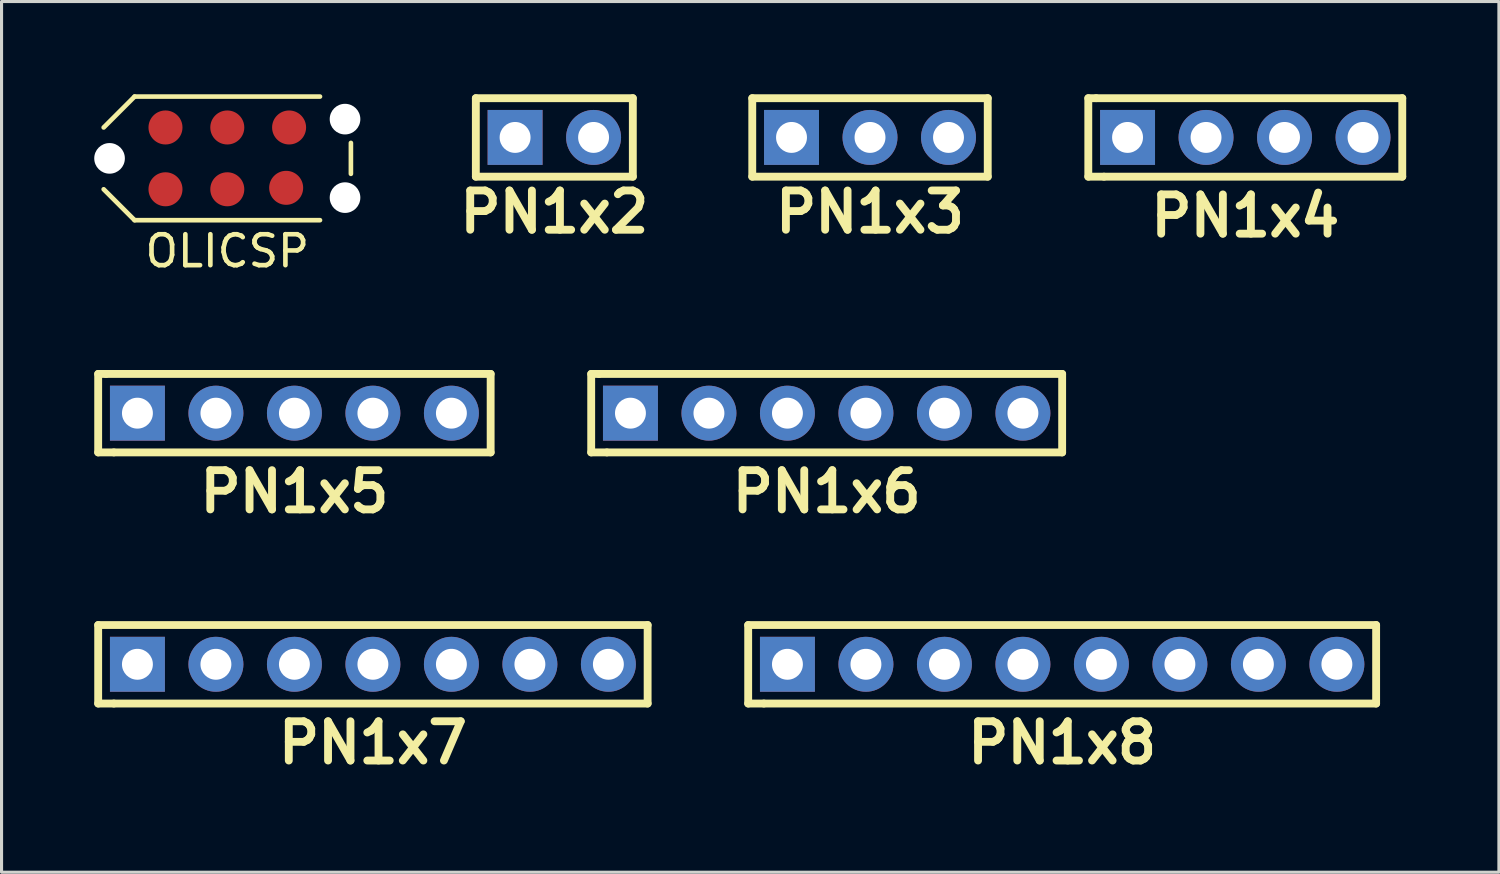
<source format=kicad_pcb>
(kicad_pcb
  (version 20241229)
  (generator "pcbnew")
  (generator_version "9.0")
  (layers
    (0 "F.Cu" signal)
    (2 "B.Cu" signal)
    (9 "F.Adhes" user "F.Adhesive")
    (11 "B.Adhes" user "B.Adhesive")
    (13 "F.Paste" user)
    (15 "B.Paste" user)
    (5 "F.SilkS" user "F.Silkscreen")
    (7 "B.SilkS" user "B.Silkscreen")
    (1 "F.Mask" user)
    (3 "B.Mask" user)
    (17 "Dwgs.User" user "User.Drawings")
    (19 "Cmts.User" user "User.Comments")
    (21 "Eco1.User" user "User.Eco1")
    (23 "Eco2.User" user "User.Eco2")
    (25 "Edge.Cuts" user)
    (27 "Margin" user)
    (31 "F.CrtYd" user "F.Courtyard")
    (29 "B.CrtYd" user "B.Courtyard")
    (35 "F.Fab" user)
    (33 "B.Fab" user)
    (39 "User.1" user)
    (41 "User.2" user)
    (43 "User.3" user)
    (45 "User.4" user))
  (footprint "PN1x2"
    (layer "F.Cu")
    (at 14.888 1.397)
    (property "Reference" "PN1x2" (at 0 2.413 0) (layer "F.SilkS") (effects (font (size 1.27 1.27) (thickness 0.254))))
    (attr smd)
    (fp_line (start -2.54 -1.27) (end -2.54 1.27) (stroke (width 0.254) (type solid)) (layer "F.SilkS"))
    (fp_line (start -2.54 -1.27) (end 2.54 -1.27) (stroke (width 0.254) (type solid)) (layer "F.SilkS"))
    (fp_line (start 2.54 -1.27) (end 2.54 1.27) (stroke (width 0.254) (type solid)) (layer "F.SilkS"))
    (fp_line (start 2.54 1.27) (end -2.54 1.27) (stroke (width 0.254) (type solid)) (layer "F.SilkS"))
    (pad "1" thru_hole rect (at -1.27 0) (size 1.778 1.778) (drill 1) (layers "*.Cu" "*.Mask"))
    (pad "2" thru_hole circle (at 1.27 0) (size 1.778 1.778) (drill 1) (layers "*.Cu" "*.Mask")))
  (footprint "PN1x6"
    (layer "F.Cu")
    (at 23.701 10.32)
    (property "Reference" "PN1x6" (at 0 2.54 0) (layer "F.SilkS") (effects (font (size 1.27 1.27) (thickness 0.254))))
    (attr smd)
    (fp_line (start -7.62 -1.27) (end -7.62 1.27) (stroke (width 0.254) (type solid)) (layer "F.SilkS"))
    (fp_line (start -7.62 -1.27) (end -7.366 -1.27) (stroke (width 0.254) (type solid)) (layer "F.SilkS"))
    (fp_line (start -7.366 -1.27) (end 7.62 -1.27) (stroke (width 0.254) (type solid)) (layer "F.SilkS"))
    (fp_line (start -7.112 1.27) (end -7.62 1.27) (stroke (width 0.254) (type solid)) (layer "F.SilkS"))
    (fp_line (start 7.62 -1.27) (end 7.62 1.27) (stroke (width 0.254) (type solid)) (layer "F.SilkS"))
    (fp_line (start 7.62 1.27) (end -7.112 1.27) (stroke (width 0.254) (type solid)) (layer "F.SilkS"))
    (pad "1" thru_hole rect (at -6.35 0) (size 1.778 1.778) (drill 1) (layers "*.Cu" "*.Mask"))
    (pad "2" thru_hole circle (at -3.81 0) (size 1.778 1.778) (drill 1) (layers "*.Cu" "*.Mask"))
    (pad "3" thru_hole circle (at -1.27 0) (size 1.778 1.778) (drill 1) (layers "*.Cu" "*.Mask"))
    (pad "4" thru_hole circle (at 1.27 0) (size 1.778 1.778) (drill 1) (layers "*.Cu" "*.Mask"))
    (pad "5" thru_hole circle (at 3.81 0) (size 1.778 1.778) (drill 1) (layers "*.Cu" "*.Mask"))
    (pad "6" thru_hole circle (at 6.35 0) (size 1.778 1.778) (drill 1) (layers "*.Cu" "*.Mask")))
  (footprint "PN1x3"
    (layer "F.Cu")
    (at 25.103 1.397)
    (property "Reference" "PN1x3" (at 0 2.413 0) (layer "F.SilkS") (effects (font (size 1.27 1.27) (thickness 0.254))))
    (attr smd)
    (fp_line (start -3.81 -1.27) (end -3.81 1.27) (stroke (width 0.254) (type solid)) (layer "F.SilkS"))
    (fp_line (start -3.81 -1.27) (end 3.81 -1.27) (stroke (width 0.254) (type solid)) (layer "F.SilkS"))
    (fp_line (start 3.81 -1.27) (end 3.81 1.27) (stroke (width 0.254) (type solid)) (layer "F.SilkS"))
    (fp_line (start 3.81 1.27) (end -3.81 1.27) (stroke (width 0.254) (type solid)) (layer "F.SilkS"))
    (pad "1" thru_hole rect (at -2.54 0) (size 1.778 1.778) (drill 1) (layers "*.Cu" "*.Mask"))
    (pad "2" thru_hole circle (at 0 0) (size 1.778 1.778) (drill 1) (layers "*.Cu" "*.Mask"))
    (pad "3" thru_hole circle (at 2.54 0) (size 1.778 1.778) (drill 1) (layers "*.Cu" "*.Mask")))
  (footprint "PN1x4"
    (layer "F.Cu")
    (at 37.247 1.397)
    (property "Reference" "PN1x4" (at 0 2.54 0) (layer "F.SilkS") (effects (font (size 1.27 1.27) (thickness 0.254))))
    (attr smd)
    (fp_line (start -5.08 -1.27) (end -5.08 1.27) (stroke (width 0.254) (type solid)) (layer "F.SilkS"))
    (fp_line (start -5.08 -1.27) (end -4.826 -1.27) (stroke (width 0.254) (type solid)) (layer "F.SilkS"))
    (fp_line (start -4.826 -1.27) (end 5.08 -1.27) (stroke (width 0.254) (type solid)) (layer "F.SilkS"))
    (fp_line (start -4.572 1.27) (end -5.08 1.27) (stroke (width 0.254) (type solid)) (layer "F.SilkS"))
    (fp_line (start 5.08 -1.27) (end 5.08 1.27) (stroke (width 0.254) (type solid)) (layer "F.SilkS"))
    (fp_line (start 5.08 1.27) (end -4.572 1.27) (stroke (width 0.254) (type solid)) (layer "F.SilkS"))
    (pad "1" thru_hole rect (at -3.81 0) (size 1.778 1.778) (drill 1) (layers "*.Cu" "*.Mask"))
    (pad "2" thru_hole circle (at -1.27 0) (size 1.778 1.778) (drill 1) (layers "*.Cu" "*.Mask"))
    (pad "3" thru_hole circle (at 1.27 0) (size 1.778 1.778) (drill 1) (layers "*.Cu" "*.Mask"))
    (pad "4" thru_hole circle (at 3.81 0) (size 1.778 1.778) (drill 1) (layers "*.Cu" "*.Mask")))
  (footprint "OLICSP"
    (layer "F.Cu")
    (at 4.305 2.075)
    (property "Reference" "OLICSP" (at 0 3 0) (layer "F.SilkS") (effects (font (size 1 1) (thickness 0.15))))
    (attr smd)
    (fp_line (start -4 1) (end -3 2) (stroke (width 0.15) (type solid)) (layer "F.SilkS"))
    (fp_line (start -3 -2) (end -4 -1) (stroke (width 0.15) (type solid)) (layer "F.SilkS"))
    (fp_line (start -3 2) (end 3 2) (stroke (width 0.15) (type solid)) (layer "F.SilkS"))
    (fp_line (start 3 -2) (end -3 -2) (stroke (width 0.15) (type solid)) (layer "F.SilkS"))
    (fp_line (start 4 -0.5) (end 4 0.5) (stroke (width 0.15) (type solid)) (layer "F.SilkS"))
    (pad "" np_thru_hole circle (at -3.81 0) (size 0.991 0.991) (drill 0.991) (layers "*.Cu" "*.Mask"))
    (pad "" np_thru_hole circle (at 3.81 -1.27) (size 0.991 0.991) (drill 0.991) (layers "*.Cu" "*.Mask"))
    (pad "" np_thru_hole circle (at 3.81 1.27) (size 0.991 0.991) (drill 0.991) (layers "*.Cu" "*.Mask"))
    (pad "1" connect circle (at -2 1) (size 1.1 1.1) (layers "F.Cu" "F.Mask"))
    (pad "2" connect circle (at -2 -1) (size 1.1 1.1) (layers "F.Cu" "F.Mask"))
    (pad "3" connect circle (at 0 1) (size 1.1 1.1) (layers "F.Cu" "F.Mask"))
    (pad "4" connect circle (at 0 -1) (size 1.1 1.1) (layers "F.Cu" "F.Mask"))
    (pad "5" connect circle (at 1.905 0.953) (size 1.1 1.1) (layers "F.Cu" "F.Mask"))
    (pad "6" connect circle (at 2 -1) (size 1.1 1.1) (layers "F.Cu" "F.Mask")))
  (footprint "PN1x8"
    (layer "F.Cu")
    (at 31.321 18.446)
    (property "Reference" "PN1x8" (at 0 2.54 0) (layer "F.SilkS") (effects (font (size 1.27 1.27) (thickness 0.254))))
    (attr smd)
    (fp_line (start -10.16 -1.27) (end -10.16 1.27) (stroke (width 0.254) (type solid)) (layer "F.SilkS"))
    (fp_line (start -10.16 -1.27) (end 10.16 -1.27) (stroke (width 0.254) (type solid)) (layer "F.SilkS"))
    (fp_line (start -9.652 1.27) (end -10.16 1.27) (stroke (width 0.254) (type solid)) (layer "F.SilkS"))
    (fp_line (start 10.16 -1.27) (end 10.16 1.27) (stroke (width 0.254) (type solid)) (layer "F.SilkS"))
    (fp_line (start 10.16 1.27) (end -9.652 1.27) (stroke (width 0.254) (type solid)) (layer "F.SilkS"))
    (pad "1" thru_hole rect (at -8.89 0) (size 1.778 1.778) (drill 1) (layers "*.Cu" "*.Mask"))
    (pad "2" thru_hole circle (at -6.35 0) (size 1.778 1.778) (drill 1) (layers "*.Cu" "*.Mask"))
    (pad "3" thru_hole circle (at -3.81 0) (size 1.778 1.778) (drill 1) (layers "*.Cu" "*.Mask"))
    (pad "4" thru_hole circle (at -1.27 0) (size 1.778 1.778) (drill 1) (layers "*.Cu" "*.Mask"))
    (pad "5" thru_hole circle (at 1.27 0) (size 1.778 1.778) (drill 1) (layers "*.Cu" "*.Mask"))
    (pad "6" thru_hole circle (at 3.81 0) (size 1.778 1.778) (drill 1) (layers "*.Cu" "*.Mask"))
    (pad "7" thru_hole circle (at 6.35 0) (size 1.778 1.778) (drill 1) (layers "*.Cu" "*.Mask"))
    (pad "8" thru_hole circle (at 8.89 0) (size 1.778 1.778) (drill 1) (layers "*.Cu" "*.Mask")))
  (footprint "PN1x7"
    (layer "F.Cu")
    (at 9.017 18.446)
    (property "Reference" "PN1x7" (at 0 2.54 0) (layer "F.SilkS") (effects (font (size 1.27 1.27) (thickness 0.254))))
    (attr smd)
    (fp_line (start -8.89 -1.27) (end -8.89 1.27) (stroke (width 0.254) (type solid)) (layer "F.SilkS"))
    (fp_line (start -8.89 -1.27) (end 8.89 -1.27) (stroke (width 0.254) (type solid)) (layer "F.SilkS"))
    (fp_line (start -8.382 1.27) (end -8.89 1.27) (stroke (width 0.254) (type solid)) (layer "F.SilkS"))
    (fp_line (start 8.89 -1.27) (end 8.89 1.27) (stroke (width 0.254) (type solid)) (layer "F.SilkS"))
    (fp_line (start 8.89 1.27) (end -8.382 1.27) (stroke (width 0.254) (type solid)) (layer "F.SilkS"))
    (pad "1" thru_hole rect (at -7.62 0) (size 1.778 1.778) (drill 1) (layers "*.Cu" "*.Mask"))
    (pad "2" thru_hole circle (at -5.08 0) (size 1.778 1.778) (drill 1) (layers "*.Cu" "*.Mask"))
    (pad "3" thru_hole circle (at -2.54 0) (size 1.778 1.778) (drill 1) (layers "*.Cu" "*.Mask"))
    (pad "4" thru_hole circle (at 0 0) (size 1.778 1.778) (drill 1) (layers "*.Cu" "*.Mask"))
    (pad "5" thru_hole circle (at 2.54 0) (size 1.778 1.778) (drill 1) (layers "*.Cu" "*.Mask"))
    (pad "6" thru_hole circle (at 5.08 0) (size 1.778 1.778) (drill 1) (layers "*.Cu" "*.Mask"))
    (pad "7" thru_hole circle (at 7.62 0) (size 1.778 1.778) (drill 1) (layers "*.Cu" "*.Mask")))
  (footprint "PN1x5"
    (layer "F.Cu")
    (at 6.477 10.32)
    (property "Reference" "PN1x5" (at 0 2.54 0) (layer "F.SilkS") (effects (font (size 1.27 1.27) (thickness 0.254))))
    (attr smd)
    (fp_line (start -6.35 -1.27) (end -6.35 1.27) (stroke (width 0.254) (type solid)) (layer "F.SilkS"))
    (fp_line (start -6.35 -1.27) (end -6.096 -1.27) (stroke (width 0.254) (type solid)) (layer "F.SilkS"))
    (fp_line (start -6.096 -1.27) (end 6.35 -1.27) (stroke (width 0.254) (type solid)) (layer "F.SilkS"))
    (fp_line (start -5.842 1.27) (end -6.35 1.27) (stroke (width 0.254) (type solid)) (layer "F.SilkS"))
    (fp_line (start 6.35 -1.27) (end 6.35 1.27) (stroke (width 0.254) (type solid)) (layer "F.SilkS"))
    (fp_line (start 6.35 1.27) (end -5.842 1.27) (stroke (width 0.254) (type solid)) (layer "F.SilkS"))
    (pad "1" thru_hole rect (at -5.08 0) (size 1.778 1.778) (drill 1) (layers "*.Cu" "*.Mask"))
    (pad "2" thru_hole circle (at -2.54 0) (size 1.778 1.778) (drill 1) (layers "*.Cu" "*.Mask"))
    (pad "3" thru_hole circle (at 0 0) (size 1.778 1.778) (drill 1) (layers "*.Cu" "*.Mask"))
    (pad "4" thru_hole circle (at 2.54 0) (size 1.778 1.778) (drill 1) (layers "*.Cu" "*.Mask"))
    (pad "5" thru_hole circle (at 5.08 0) (size 1.778 1.778) (drill 1) (layers "*.Cu" "*.Mask")))
  (gr_rect
    (start -3 -3)
    (end 45.454 25.175)
    (stroke (width 0.1) (type default))
    (fill no)
    (layer "Edge.Cuts")))
</source>
